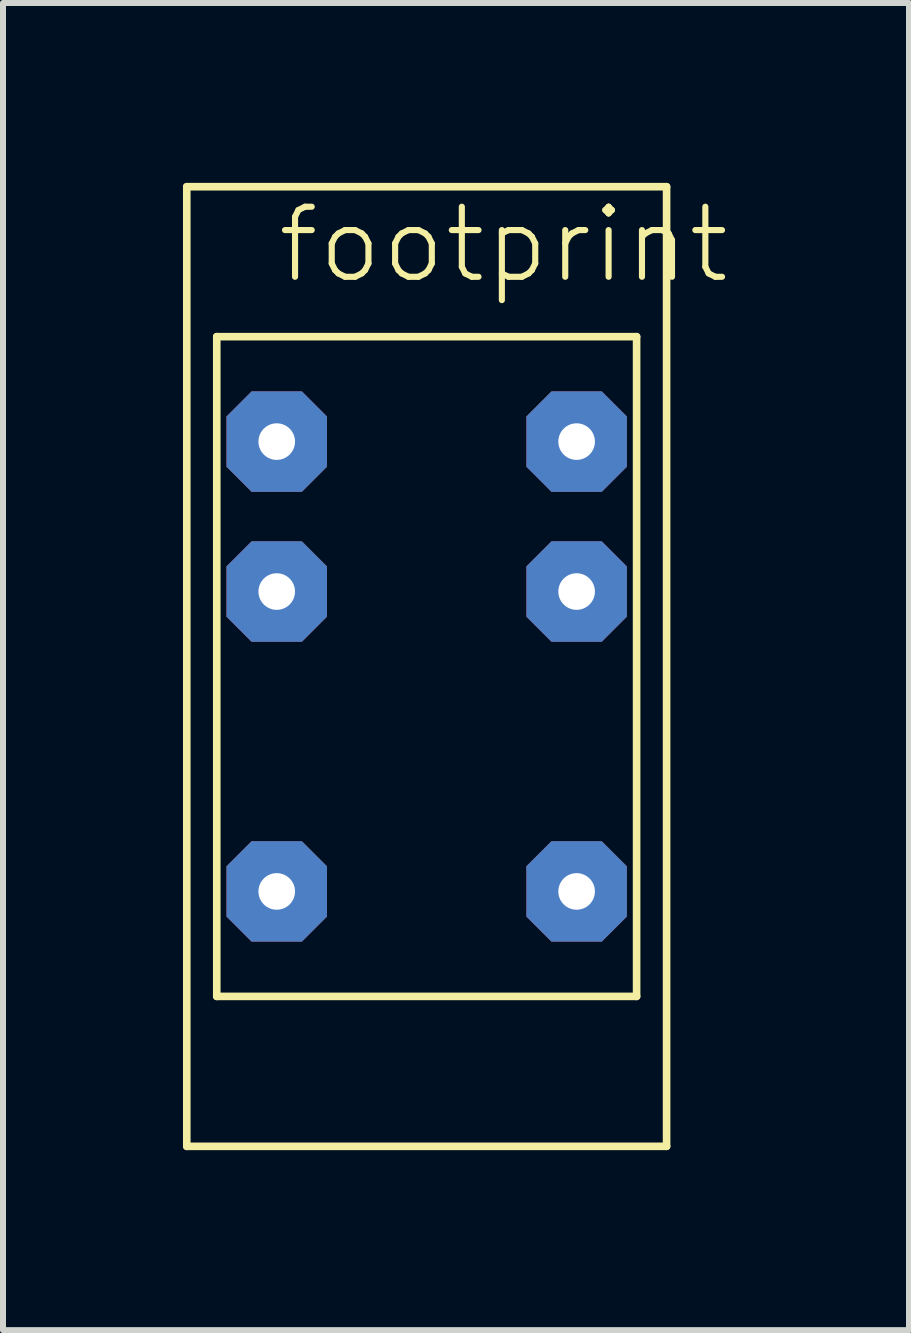
<source format=kicad_pcb>
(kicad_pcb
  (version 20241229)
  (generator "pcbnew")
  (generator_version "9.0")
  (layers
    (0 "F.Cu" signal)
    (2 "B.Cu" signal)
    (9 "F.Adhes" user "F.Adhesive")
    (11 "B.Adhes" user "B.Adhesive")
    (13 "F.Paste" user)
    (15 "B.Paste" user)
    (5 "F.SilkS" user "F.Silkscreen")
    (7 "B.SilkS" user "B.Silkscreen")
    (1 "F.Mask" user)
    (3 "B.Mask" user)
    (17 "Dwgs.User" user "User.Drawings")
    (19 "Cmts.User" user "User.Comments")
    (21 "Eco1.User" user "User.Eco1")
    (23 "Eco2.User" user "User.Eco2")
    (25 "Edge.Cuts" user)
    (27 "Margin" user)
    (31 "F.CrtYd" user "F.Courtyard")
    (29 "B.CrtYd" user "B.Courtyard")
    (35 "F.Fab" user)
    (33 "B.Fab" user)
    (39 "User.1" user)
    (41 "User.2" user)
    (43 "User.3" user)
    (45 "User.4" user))
  (footprint "footprint"
    (layer "F.Cu")
    (at 4.064 8.063)
    (property "Reference" "footprint" (at -2.54 -6.35 0) (layer "F.SilkS") (effects (font (size 1.168 1.168) (thickness 0.102)) (justify left bottom)))
    (fp_line (start -4 -8) (end -4 8) (stroke (width 0.127) (type solid)) (layer "F.SilkS"))
    (fp_line (start -4 8) (end 4 8) (stroke (width 0.127) (type solid)) (layer "F.SilkS"))
    (fp_line (start -3.5 -5.5) (end -3.5 5.5) (stroke (width 0.127) (type solid)) (layer "F.SilkS"))
    (fp_line (start -3.5 5.5) (end 3.5 5.5) (stroke (width 0.127) (type solid)) (layer "F.SilkS"))
    (fp_line (start 3.5 -5.5) (end -3.5 -5.5) (stroke (width 0.127) (type solid)) (layer "F.SilkS"))
    (fp_line (start 3.5 5.5) (end 3.5 -5.5) (stroke (width 0.127) (type solid)) (layer "F.SilkS"))
    (fp_line (start 4 -8) (end -4 -8) (stroke (width 0.127) (type solid)) (layer "F.SilkS"))
    (fp_line (start 4 8) (end 4 -8) (stroke (width 0.127) (type solid)) (layer "F.SilkS"))
    (pad "1" thru_hole roundrect (at -2.5 3.75) (size 1.676 1.676) (drill 0.61) (layers "*.Cu" "*.Mask") (roundrect_rratio 0.25) (chamfer_ratio 0.25) (chamfer top_left top_right bottom_left bottom_right))
    (pad "2" thru_hole roundrect (at 2.5 3.75) (size 1.676 1.676) (drill 0.61) (layers "*.Cu" "*.Mask") (roundrect_rratio 0.25) (chamfer_ratio 0.25) (chamfer top_left top_right bottom_left bottom_right))
    (pad "3" thru_hole roundrect (at -2.5 -3.75) (size 1.676 1.676) (drill 0.61) (layers "*.Cu" "*.Mask") (roundrect_rratio 0.25) (chamfer_ratio 0.25) (chamfer top_left top_right bottom_left bottom_right))
    (pad "4" thru_hole roundrect (at 2.5 -3.75) (size 1.676 1.676) (drill 0.61) (layers "*.Cu" "*.Mask") (roundrect_rratio 0.25) (chamfer_ratio 0.25) (chamfer top_left top_right bottom_left bottom_right))
    (pad "5" thru_hole roundrect (at -2.5 -1.25) (size 1.676 1.676) (drill 0.61) (layers "*.Cu" "*.Mask") (roundrect_rratio 0.25) (chamfer_ratio 0.25) (chamfer top_left top_right bottom_left bottom_right))
    (pad "6" thru_hole roundrect (at 2.5 -1.25) (size 1.676 1.676) (drill 0.61) (layers "*.Cu" "*.Mask") (roundrect_rratio 0.25) (chamfer_ratio 0.25) (chamfer top_left top_right bottom_left bottom_right)))
  (gr_rect
    (start -3 -3)
    (end 12.106 19.127)
    (stroke (width 0.1) (type default))
    (fill no)
    (layer "Edge.Cuts")))
</source>
